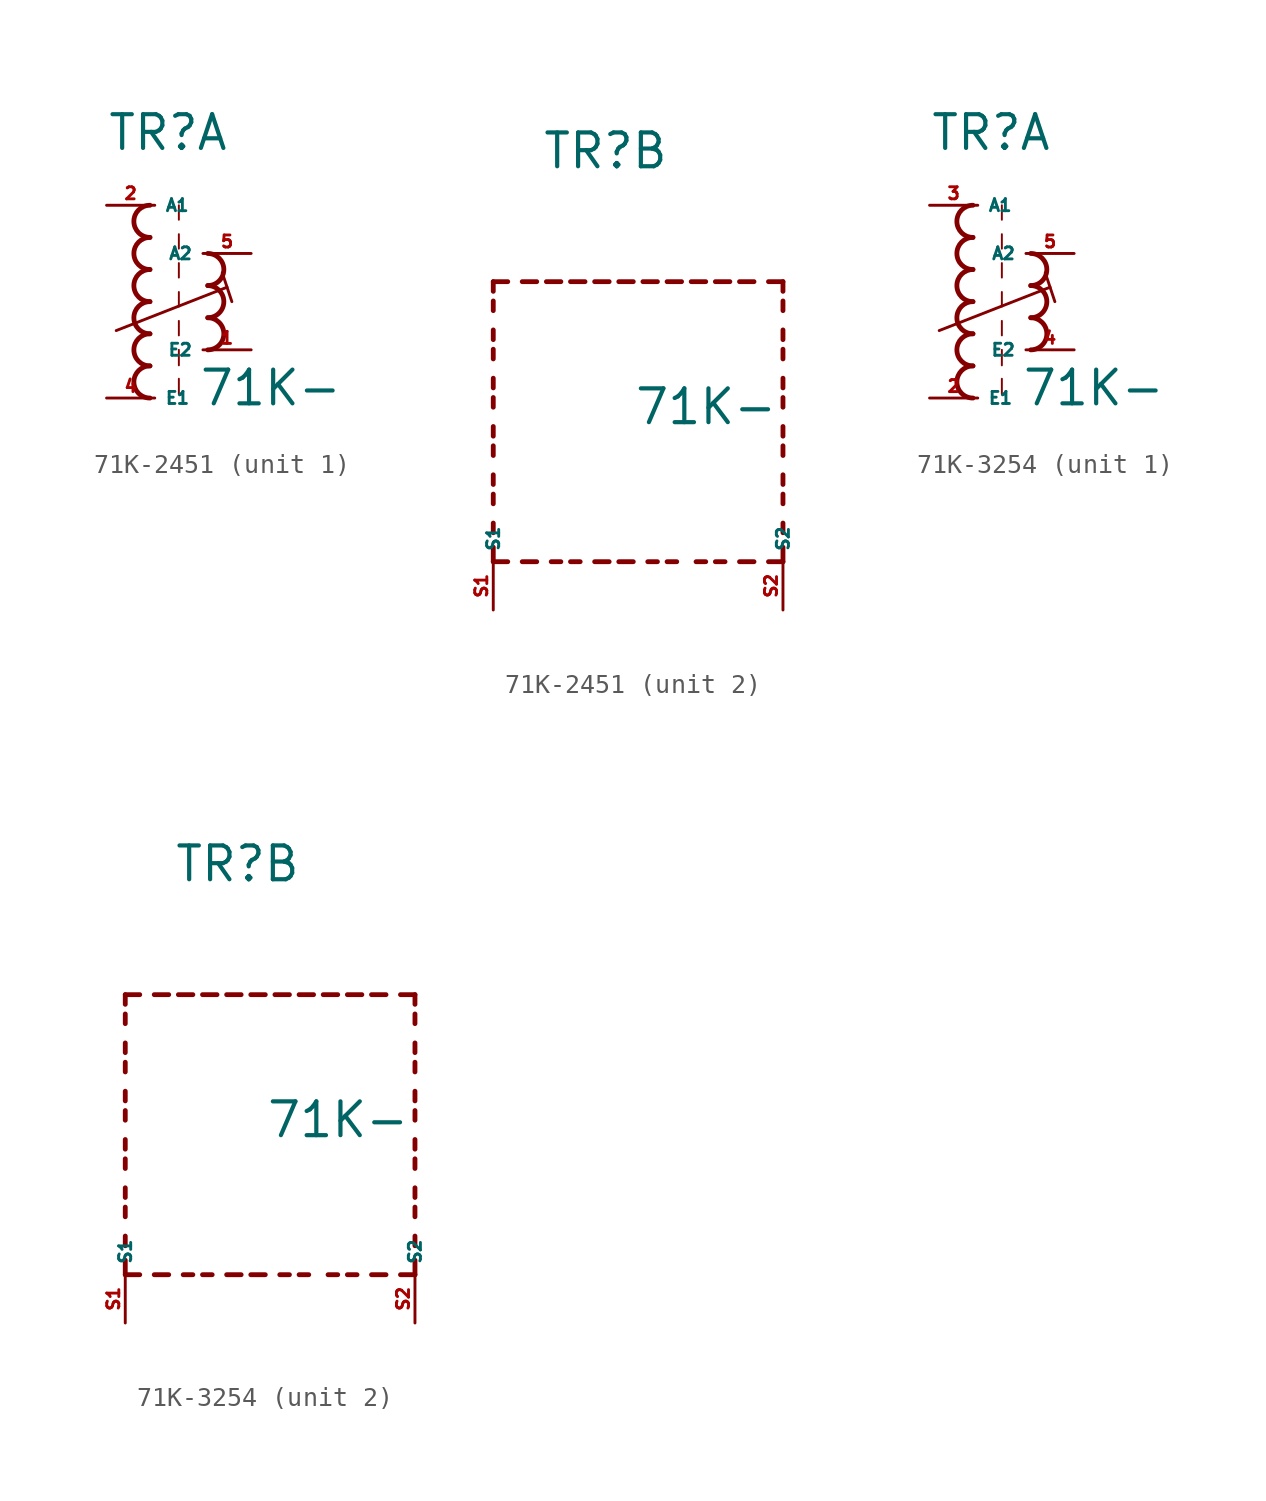
<source format=kicad_sym>
(kicad_symbol_lib
  (version 20220914)
  (generator kicad_symbol_editor)
  (symbol "71K-2451"
    (property "Reference" "TR"
      (at -2.54 7.874 0)
      (effects (font (size 1.778 1.778) (thickness 0.22)) (justify left bottom)))
    (property "Value" "71K-"
      (at 2.286 -5.588 0)
      (effects (font (size 1.778 1.778) (thickness 0.22)) (justify left bottom)))
    (symbol "71K-2451_1_0"
      (arc (start -0.254 -3.3866) (mid -1.1004 -4.2333) (end -0.254 -5.08) (stroke (width 0.254) (type default)) (fill (type none)))
      (arc (start -0.254 -1.6932) (mid -1.1004 -2.5399) (end -0.254 -3.3866) (stroke (width 0.254) (type default)) (fill (type none)))
      (arc (start -0.254 0) (mid -1.1004 -0.8467) (end -0.254 -1.6934) (stroke (width 0.254) (type default)) (fill (type none)))
      (arc (start -0.254 1.6934) (mid -1.1004 0.8467) (end -0.254 0) (stroke (width 0.254) (type default)) (fill (type none)))
      (arc (start -0.254 3.3866) (mid -1.1002 2.54) (end -0.254 1.6934) (stroke (width 0.254) (type default)) (fill (type none)))
      (arc (start -0.254 5.08) (mid -1.1004 4.2333) (end -0.254 3.3866) (stroke (width 0.254) (type default)) (fill (type none)))
      (polyline (pts (xy -2.032 -1.524) (xy 3.81 0.762)) (stroke (width 0.152) (type default)) (fill (type none)))
      (polyline (pts (xy 1.27 -4.064) (xy 1.27 -4.88)) (stroke (width 0.102) (type default)) (fill (type none)))
      (polyline (pts (xy 1.27 -2.54) (xy 1.27 -3.356)) (stroke (width 0.102) (type default)) (fill (type none)))
      (polyline (pts (xy 1.27 -1.016) (xy 1.27 -1.778)) (stroke (width 0.102) (type default)) (fill (type none)))
      (polyline (pts (xy 1.27 0.508) (xy 1.27 -0.254)) (stroke (width 0.102) (type default)) (fill (type none)))
      (polyline (pts (xy 1.27 2.032) (xy 1.27 1.27)) (stroke (width 0.102) (type default)) (fill (type none)))
      (polyline (pts (xy 1.27 3.556) (xy 1.27 2.794)) (stroke (width 0.102) (type default)) (fill (type none)))
      (polyline (pts (xy 1.27 5.08) (xy 1.27 4.318)) (stroke (width 0.102) (type default)) (fill (type none)))
      (polyline (pts (xy 3.556 1.524) (xy 4.064 0)) (stroke (width 0.152) (type default)) (fill (type none)))
      (arc (start 2.794 -2.54) (mid 3.6404 -1.6933) (end 2.794 -0.8466) (stroke (width 0.254) (type default)) (fill (type none)))
      (arc (start 2.794 -0.8466) (mid 3.6402 0) (end 2.794 0.8466) (stroke (width 0.254) (type default)) (fill (type none)))
      (arc (start 2.794 0.8466) (mid 3.6404 1.6933) (end 2.794 2.54) (stroke (width 0.254) (type default)) (fill (type none)))
      (pin passive line (at 5.08 -2.54 180) (length 2.54) (name "E2" (effects (font (size 0.635 0.635)))) (number "1" (effects (font (size 0.635 0.635)))))
      (pin passive line (at -2.54 5.08 0) (length 2.54) (name "A1" (effects (font (size 0.635 0.635)))) (number "2" (effects (font (size 0.635 0.635)))))
      (pin passive line (at -2.54 -5.08 0) (length 2.54) (name "E1" (effects (font (size 0.635 0.635)))) (number "4" (effects (font (size 0.635 0.635)))))
      (pin passive line (at 5.08 2.54 180) (length 2.54) (name "A2" (effects (font (size 0.635 0.635)))) (number "5" (effects (font (size 0.635 0.635))))))
    (symbol "71K-2451_2_0"
      (polyline (pts (xy -5.08 -12.7) (xy -5.08 -11.938)) (stroke (width 0.254) (type default)) (fill (type none)))
      (polyline (pts (xy -5.08 -12.7) (xy -4.318 -12.7)) (stroke (width 0.254) (type default)) (fill (type none)))
      (polyline (pts (xy -5.08 -11.176) (xy -5.08 -10.668)) (stroke (width 0.254) (type default)) (fill (type none)))
      (polyline (pts (xy -5.08 -9.652) (xy -5.08 -9.144)) (stroke (width 0.254) (type default)) (fill (type none)))
      (polyline (pts (xy -5.08 -8.636) (xy -5.08 -8.128)) (stroke (width 0.254) (type default)) (fill (type none)))
      (polyline (pts (xy -5.08 -7.112) (xy -5.08 -6.604)) (stroke (width 0.254) (type default)) (fill (type none)))
      (polyline (pts (xy -5.08 -6.096) (xy -5.08 -5.588)) (stroke (width 0.254) (type default)) (fill (type none)))
      (polyline (pts (xy -5.08 -4.572) (xy -5.08 -4.064)) (stroke (width 0.254) (type default)) (fill (type none)))
      (polyline (pts (xy -5.08 -3.556) (xy -5.08 -3.048)) (stroke (width 0.254) (type default)) (fill (type none)))
      (polyline (pts (xy -5.08 -2.032) (xy -5.08 -1.524)) (stroke (width 0.254) (type default)) (fill (type none)))
      (polyline (pts (xy -5.08 -1.016) (xy -5.08 -0.508)) (stroke (width 0.254) (type default)) (fill (type none)))
      (polyline (pts (xy -5.08 0.508) (xy -5.08 1.016)) (stroke (width 0.254) (type default)) (fill (type none)))
      (polyline (pts (xy -5.08 1.524) (xy -5.08 2.032)) (stroke (width 0.254) (type default)) (fill (type none)))
      (polyline (pts (xy -5.08 2.032) (xy -4.318 2.032)) (stroke (width 0.254) (type default)) (fill (type none)))
      (polyline (pts (xy -3.556 -12.7) (xy -2.794 -12.7)) (stroke (width 0.254) (type default)) (fill (type none)))
      (polyline (pts (xy -3.556 2.032) (xy -2.794 2.032)) (stroke (width 0.254) (type default)) (fill (type none)))
      (polyline (pts (xy -1.524 -12.7) (xy -2.032 -12.7)) (stroke (width 0.254) (type default)) (fill (type none)))
      (polyline (pts (xy -1.524 2.032) (xy -2.286 2.032)) (stroke (width 0.254) (type default)) (fill (type none)))
      (polyline (pts (xy -1.016 2.032) (xy -0.254 2.032)) (stroke (width 0.254) (type default)) (fill (type none)))
      (polyline (pts (xy -0.508 -12.7) (xy -1.016 -12.7)) (stroke (width 0.254) (type default)) (fill (type none)))
      (polyline (pts (xy 1.016 -12.7) (xy 0.254 -12.7)) (stroke (width 0.254) (type default)) (fill (type none)))
      (polyline (pts (xy 1.016 2.032) (xy 0.254 2.032)) (stroke (width 0.254) (type default)) (fill (type none)))
      (polyline (pts (xy 1.524 -12.7) (xy 2.286 -12.7)) (stroke (width 0.254) (type default)) (fill (type none)))
      (polyline (pts (xy 1.524 2.032) (xy 2.286 2.032)) (stroke (width 0.254) (type default)) (fill (type none)))
      (polyline (pts (xy 3.556 -12.7) (xy 3.048 -12.7)) (stroke (width 0.254) (type default)) (fill (type none)))
      (polyline (pts (xy 3.556 2.032) (xy 2.794 2.032)) (stroke (width 0.254) (type default)) (fill (type none)))
      (polyline (pts (xy 4.064 2.032) (xy 4.826 2.032)) (stroke (width 0.254) (type default)) (fill (type none)))
      (polyline (pts (xy 4.572 -12.7) (xy 4.064 -12.7)) (stroke (width 0.254) (type default)) (fill (type none)))
      (polyline (pts (xy 6.096 -12.7) (xy 5.588 -12.7)) (stroke (width 0.254) (type default)) (fill (type none)))
      (polyline (pts (xy 6.096 2.032) (xy 5.334 2.032)) (stroke (width 0.254) (type default)) (fill (type none)))
      (polyline (pts (xy 6.604 2.032) (xy 7.366 2.032)) (stroke (width 0.254) (type default)) (fill (type none)))
      (polyline (pts (xy 7.112 -12.7) (xy 6.604 -12.7)) (stroke (width 0.254) (type default)) (fill (type none)))
      (polyline (pts (xy 8.636 -12.7) (xy 7.874 -12.7)) (stroke (width 0.254) (type default)) (fill (type none)))
      (polyline (pts (xy 8.636 2.032) (xy 7.874 2.032)) (stroke (width 0.254) (type default)) (fill (type none)))
      (polyline (pts (xy 10.16 -12.7) (xy 9.398 -12.7)) (stroke (width 0.254) (type default)) (fill (type none)))
      (polyline (pts (xy 10.16 -12.7) (xy 10.16 -11.938)) (stroke (width 0.254) (type default)) (fill (type none)))
      (polyline (pts (xy 10.16 -11.176) (xy 10.16 -10.668)) (stroke (width 0.254) (type default)) (fill (type none)))
      (polyline (pts (xy 10.16 -9.652) (xy 10.16 -9.144)) (stroke (width 0.254) (type default)) (fill (type none)))
      (polyline (pts (xy 10.16 -8.636) (xy 10.16 -8.128)) (stroke (width 0.254) (type default)) (fill (type none)))
      (polyline (pts (xy 10.16 -7.112) (xy 10.16 -6.604)) (stroke (width 0.254) (type default)) (fill (type none)))
      (polyline (pts (xy 10.16 -6.096) (xy 10.16 -5.588)) (stroke (width 0.254) (type default)) (fill (type none)))
      (polyline (pts (xy 10.16 -4.572) (xy 10.16 -4.064)) (stroke (width 0.254) (type default)) (fill (type none)))
      (polyline (pts (xy 10.16 -3.556) (xy 10.16 -3.048)) (stroke (width 0.254) (type default)) (fill (type none)))
      (polyline (pts (xy 10.16 -2.032) (xy 10.16 -1.524)) (stroke (width 0.254) (type default)) (fill (type none)))
      (polyline (pts (xy 10.16 -1.016) (xy 10.16 -0.508)) (stroke (width 0.254) (type default)) (fill (type none)))
      (polyline (pts (xy 10.16 0.508) (xy 10.16 1.016)) (stroke (width 0.254) (type default)) (fill (type none)))
      (polyline (pts (xy 10.16 1.524) (xy 10.16 2.032)) (stroke (width 0.254) (type default)) (fill (type none)))
      (polyline (pts (xy 10.16 2.032) (xy 9.398 2.032)) (stroke (width 0.254) (type default)) (fill (type none)))
      (pin passive line (at -5.08 -15.24 90) (length 2.54) (name "S1" (effects (font (size 0.635 0.635)))) (number "S1" (effects (font (size 0.635 0.635)))))
      (pin passive line (at 10.16 -15.24 90) (length 2.54) (name "S2" (effects (font (size 0.635 0.635)))) (number "S2" (effects (font (size 0.635 0.635)))))))
  (symbol "71K-3254"
    (property "Reference" "TR"
      (at -2.54 7.874 0)
      (effects (font (size 1.778 1.778) (thickness 0.22)) (justify left bottom)))
    (property "Value" "71K-"
      (at 2.286 -5.588 0)
      (effects (font (size 1.778 1.778) (thickness 0.22)) (justify left bottom)))
    (symbol "71K-3254_1_0"
      (arc (start -0.254 -3.3866) (mid -1.1004 -4.2333) (end -0.254 -5.08) (stroke (width 0.254) (type default)) (fill (type none)))
      (arc (start -0.254 -1.6932) (mid -1.1004 -2.5399) (end -0.254 -3.3866) (stroke (width 0.254) (type default)) (fill (type none)))
      (arc (start -0.254 0) (mid -1.1004 -0.8467) (end -0.254 -1.6934) (stroke (width 0.254) (type default)) (fill (type none)))
      (arc (start -0.254 1.6934) (mid -1.1004 0.8467) (end -0.254 0) (stroke (width 0.254) (type default)) (fill (type none)))
      (arc (start -0.254 3.3866) (mid -1.1002 2.54) (end -0.254 1.6934) (stroke (width 0.254) (type default)) (fill (type none)))
      (arc (start -0.254 5.08) (mid -1.1004 4.2333) (end -0.254 3.3866) (stroke (width 0.254) (type default)) (fill (type none)))
      (polyline (pts (xy -2.032 -1.524) (xy 3.81 0.762)) (stroke (width 0.152) (type default)) (fill (type none)))
      (polyline (pts (xy 1.27 -4.064) (xy 1.27 -4.88)) (stroke (width 0.102) (type default)) (fill (type none)))
      (polyline (pts (xy 1.27 -2.54) (xy 1.27 -3.356)) (stroke (width 0.102) (type default)) (fill (type none)))
      (polyline (pts (xy 1.27 -1.016) (xy 1.27 -1.778)) (stroke (width 0.102) (type default)) (fill (type none)))
      (polyline (pts (xy 1.27 0.508) (xy 1.27 -0.254)) (stroke (width 0.102) (type default)) (fill (type none)))
      (polyline (pts (xy 1.27 2.032) (xy 1.27 1.27)) (stroke (width 0.102) (type default)) (fill (type none)))
      (polyline (pts (xy 1.27 3.556) (xy 1.27 2.794)) (stroke (width 0.102) (type default)) (fill (type none)))
      (polyline (pts (xy 1.27 5.08) (xy 1.27 4.318)) (stroke (width 0.102) (type default)) (fill (type none)))
      (polyline (pts (xy 3.556 1.524) (xy 4.064 0)) (stroke (width 0.152) (type default)) (fill (type none)))
      (arc (start 2.794 -2.54) (mid 3.6404 -1.6933) (end 2.794 -0.8466) (stroke (width 0.254) (type default)) (fill (type none)))
      (arc (start 2.794 -0.8466) (mid 3.6402 0) (end 2.794 0.8466) (stroke (width 0.254) (type default)) (fill (type none)))
      (arc (start 2.794 0.8466) (mid 3.6404 1.6933) (end 2.794 2.54) (stroke (width 0.254) (type default)) (fill (type none)))
      (pin passive line (at -2.54 -5.08 0) (length 2.54) (name "E1" (effects (font (size 0.635 0.635)))) (number "2" (effects (font (size 0.635 0.635)))))
      (pin passive line (at -2.54 5.08 0) (length 2.54) (name "A1" (effects (font (size 0.635 0.635)))) (number "3" (effects (font (size 0.635 0.635)))))
      (pin passive line (at 5.08 -2.54 180) (length 2.54) (name "E2" (effects (font (size 0.635 0.635)))) (number "4" (effects (font (size 0.635 0.635)))))
      (pin passive line (at 5.08 2.54 180) (length 2.54) (name "A2" (effects (font (size 0.635 0.635)))) (number "5" (effects (font (size 0.635 0.635))))))
    (symbol "71K-3254_2_0"
      (polyline (pts (xy -5.08 -12.7) (xy -5.08 -11.938)) (stroke (width 0.254) (type default)) (fill (type none)))
      (polyline (pts (xy -5.08 -12.7) (xy -4.318 -12.7)) (stroke (width 0.254) (type default)) (fill (type none)))
      (polyline (pts (xy -5.08 -11.176) (xy -5.08 -10.668)) (stroke (width 0.254) (type default)) (fill (type none)))
      (polyline (pts (xy -5.08 -9.652) (xy -5.08 -9.144)) (stroke (width 0.254) (type default)) (fill (type none)))
      (polyline (pts (xy -5.08 -8.636) (xy -5.08 -8.128)) (stroke (width 0.254) (type default)) (fill (type none)))
      (polyline (pts (xy -5.08 -7.112) (xy -5.08 -6.604)) (stroke (width 0.254) (type default)) (fill (type none)))
      (polyline (pts (xy -5.08 -6.096) (xy -5.08 -5.588)) (stroke (width 0.254) (type default)) (fill (type none)))
      (polyline (pts (xy -5.08 -4.572) (xy -5.08 -4.064)) (stroke (width 0.254) (type default)) (fill (type none)))
      (polyline (pts (xy -5.08 -3.556) (xy -5.08 -3.048)) (stroke (width 0.254) (type default)) (fill (type none)))
      (polyline (pts (xy -5.08 -2.032) (xy -5.08 -1.524)) (stroke (width 0.254) (type default)) (fill (type none)))
      (polyline (pts (xy -5.08 -1.016) (xy -5.08 -0.508)) (stroke (width 0.254) (type default)) (fill (type none)))
      (polyline (pts (xy -5.08 0.508) (xy -5.08 1.016)) (stroke (width 0.254) (type default)) (fill (type none)))
      (polyline (pts (xy -5.08 1.524) (xy -5.08 2.032)) (stroke (width 0.254) (type default)) (fill (type none)))
      (polyline (pts (xy -5.08 2.032) (xy -4.318 2.032)) (stroke (width 0.254) (type default)) (fill (type none)))
      (polyline (pts (xy -3.556 -12.7) (xy -2.794 -12.7)) (stroke (width 0.254) (type default)) (fill (type none)))
      (polyline (pts (xy -3.556 2.032) (xy -2.794 2.032)) (stroke (width 0.254) (type default)) (fill (type none)))
      (polyline (pts (xy -1.524 -12.7) (xy -2.032 -12.7)) (stroke (width 0.254) (type default)) (fill (type none)))
      (polyline (pts (xy -1.524 2.032) (xy -2.286 2.032)) (stroke (width 0.254) (type default)) (fill (type none)))
      (polyline (pts (xy -1.016 2.032) (xy -0.254 2.032)) (stroke (width 0.254) (type default)) (fill (type none)))
      (polyline (pts (xy -0.508 -12.7) (xy -1.016 -12.7)) (stroke (width 0.254) (type default)) (fill (type none)))
      (polyline (pts (xy 1.016 -12.7) (xy 0.254 -12.7)) (stroke (width 0.254) (type default)) (fill (type none)))
      (polyline (pts (xy 1.016 2.032) (xy 0.254 2.032)) (stroke (width 0.254) (type default)) (fill (type none)))
      (polyline (pts (xy 1.524 -12.7) (xy 2.286 -12.7)) (stroke (width 0.254) (type default)) (fill (type none)))
      (polyline (pts (xy 1.524 2.032) (xy 2.286 2.032)) (stroke (width 0.254) (type default)) (fill (type none)))
      (polyline (pts (xy 3.556 -12.7) (xy 3.048 -12.7)) (stroke (width 0.254) (type default)) (fill (type none)))
      (polyline (pts (xy 3.556 2.032) (xy 2.794 2.032)) (stroke (width 0.254) (type default)) (fill (type none)))
      (polyline (pts (xy 4.064 2.032) (xy 4.826 2.032)) (stroke (width 0.254) (type default)) (fill (type none)))
      (polyline (pts (xy 4.572 -12.7) (xy 4.064 -12.7)) (stroke (width 0.254) (type default)) (fill (type none)))
      (polyline (pts (xy 6.096 -12.7) (xy 5.588 -12.7)) (stroke (width 0.254) (type default)) (fill (type none)))
      (polyline (pts (xy 6.096 2.032) (xy 5.334 2.032)) (stroke (width 0.254) (type default)) (fill (type none)))
      (polyline (pts (xy 6.604 2.032) (xy 7.366 2.032)) (stroke (width 0.254) (type default)) (fill (type none)))
      (polyline (pts (xy 7.112 -12.7) (xy 6.604 -12.7)) (stroke (width 0.254) (type default)) (fill (type none)))
      (polyline (pts (xy 8.636 -12.7) (xy 7.874 -12.7)) (stroke (width 0.254) (type default)) (fill (type none)))
      (polyline (pts (xy 8.636 2.032) (xy 7.874 2.032)) (stroke (width 0.254) (type default)) (fill (type none)))
      (polyline (pts (xy 10.16 -12.7) (xy 9.398 -12.7)) (stroke (width 0.254) (type default)) (fill (type none)))
      (polyline (pts (xy 10.16 -12.7) (xy 10.16 -11.938)) (stroke (width 0.254) (type default)) (fill (type none)))
      (polyline (pts (xy 10.16 -11.176) (xy 10.16 -10.668)) (stroke (width 0.254) (type default)) (fill (type none)))
      (polyline (pts (xy 10.16 -9.652) (xy 10.16 -9.144)) (stroke (width 0.254) (type default)) (fill (type none)))
      (polyline (pts (xy 10.16 -8.636) (xy 10.16 -8.128)) (stroke (width 0.254) (type default)) (fill (type none)))
      (polyline (pts (xy 10.16 -7.112) (xy 10.16 -6.604)) (stroke (width 0.254) (type default)) (fill (type none)))
      (polyline (pts (xy 10.16 -6.096) (xy 10.16 -5.588)) (stroke (width 0.254) (type default)) (fill (type none)))
      (polyline (pts (xy 10.16 -4.572) (xy 10.16 -4.064)) (stroke (width 0.254) (type default)) (fill (type none)))
      (polyline (pts (xy 10.16 -3.556) (xy 10.16 -3.048)) (stroke (width 0.254) (type default)) (fill (type none)))
      (polyline (pts (xy 10.16 -2.032) (xy 10.16 -1.524)) (stroke (width 0.254) (type default)) (fill (type none)))
      (polyline (pts (xy 10.16 -1.016) (xy 10.16 -0.508)) (stroke (width 0.254) (type default)) (fill (type none)))
      (polyline (pts (xy 10.16 0.508) (xy 10.16 1.016)) (stroke (width 0.254) (type default)) (fill (type none)))
      (polyline (pts (xy 10.16 1.524) (xy 10.16 2.032)) (stroke (width 0.254) (type default)) (fill (type none)))
      (polyline (pts (xy 10.16 2.032) (xy 9.398 2.032)) (stroke (width 0.254) (type default)) (fill (type none)))
      (pin passive line (at -5.08 -15.24 90) (length 2.54) (name "S1" (effects (font (size 0.635 0.635)))) (number "S1" (effects (font (size 0.635 0.635)))))
      (pin passive line (at 10.16 -15.24 90) (length 2.54) (name "S2" (effects (font (size 0.635 0.635)))) (number "S2" (effects (font (size 0.635 0.635))))))))
</source>
